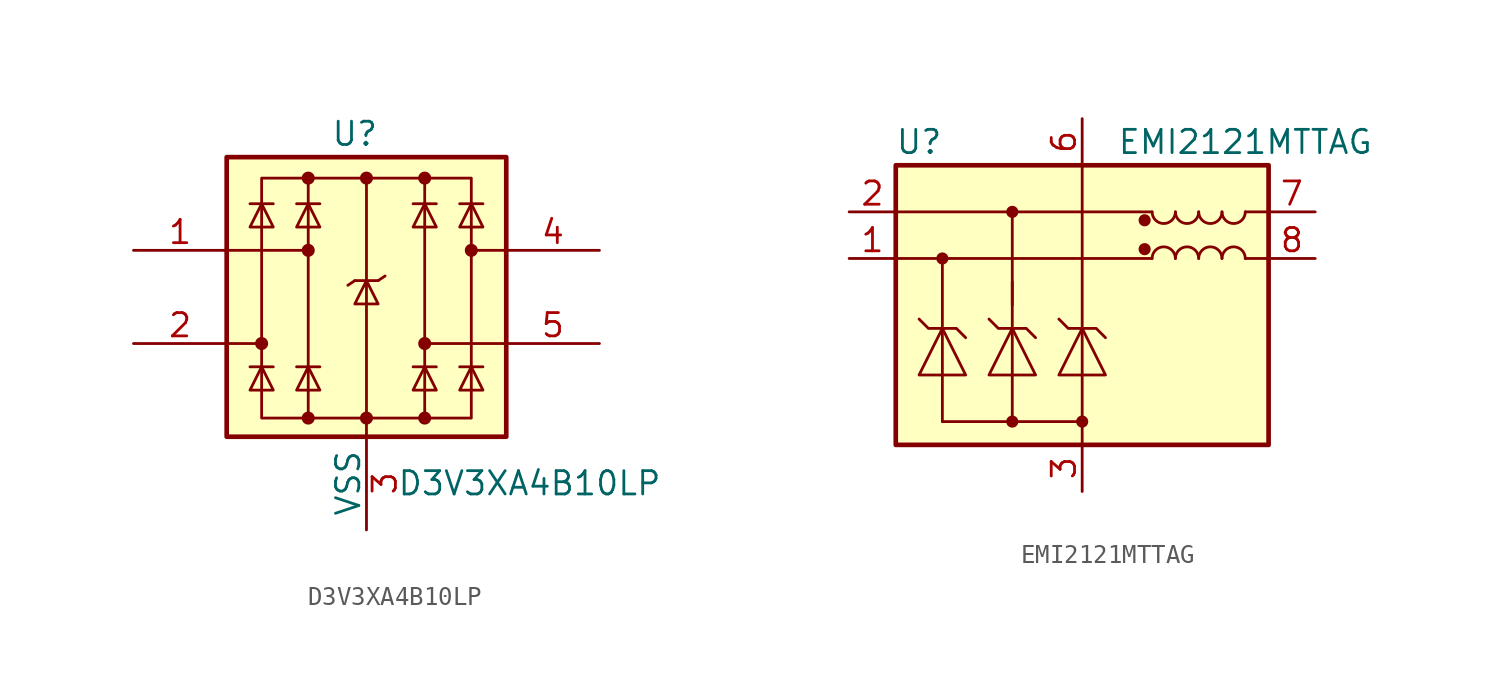
<source format=kicad_sym>
(kicad_symbol_lib
  (version 20220914)
  (generator kicad_symbol_editor)
  (symbol "D3V3XA4B10LP"
    (pin_names
      (offset 0))
    (property "Reference" "U"
      (at -0.635 8.89 0)
      (effects (font (size 1.27 1.27))))
    (property "Value" "D3V3XA4B10LP"
      (at 8.89 -10.16 0)
      (effects (font (size 1.27 1.27))))
    (symbol "D3V3XA4B10LP_0_0"
      (rectangle (start -5.715 6.477) (end 5.715 -6.604) (stroke (width 0) (type default)) (fill (type none)))
      (polyline (pts (xy -3.175 -6.604) (xy -3.175 6.477)) (stroke (width 0) (type default)) (fill (type none)))
      (polyline (pts (xy 0 6.477) (xy 0 -6.604)) (stroke (width 0) (type default)) (fill (type none)))
      (polyline (pts (xy 3.175 6.477) (xy 3.175 -6.604)) (stroke (width 0) (type default)) (fill (type none))))
    (symbol "D3V3XA4B10LP_0_1"
      (rectangle (start -7.62 7.62) (end 7.62 -7.62) (stroke (width 0.254) (type default)) (fill (type background)))
      (circle (center -5.715 -2.54) (radius 0.279) (stroke (width 0) (type default)) (fill (type outline)))
      (circle (center -3.175 -6.604) (radius 0.279) (stroke (width 0) (type default)) (fill (type outline)))
      (circle (center -3.175 2.54) (radius 0.279) (stroke (width 0) (type default)) (fill (type outline)))
      (circle (center -3.175 6.477) (radius 0.279) (stroke (width 0) (type default)) (fill (type outline)))
      (circle (center 0 -6.604) (radius 0.279) (stroke (width 0) (type default)) (fill (type outline)))
      (polyline (pts (xy -7.747 2.54) (xy -3.175 2.54)) (stroke (width 0) (type default)) (fill (type none)))
      (polyline (pts (xy -7.62 -2.54) (xy -5.715 -2.54)) (stroke (width 0) (type default)) (fill (type none)))
      (polyline (pts (xy -5.08 -3.81) (xy -6.35 -3.81)) (stroke (width 0) (type default)) (fill (type none)))
      (polyline (pts (xy -5.08 5.08) (xy -6.35 5.08)) (stroke (width 0) (type default)) (fill (type none)))
      (polyline (pts (xy -2.54 -3.81) (xy -3.81 -3.81)) (stroke (width 0) (type default)) (fill (type none)))
      (polyline (pts (xy -2.54 5.08) (xy -3.81 5.08)) (stroke (width 0) (type default)) (fill (type none)))
      (polyline (pts (xy -0.635 0.889) (xy -1.016 0.635)) (stroke (width 0) (type default)) (fill (type none)))
      (polyline (pts (xy 0 -6.604) (xy 0 -7.62)) (stroke (width 0) (type default)) (fill (type none)))
      (polyline (pts (xy 0.635 0.889) (xy -0.635 0.889)) (stroke (width 0) (type default)) (fill (type none)))
      (polyline (pts (xy 0.635 0.889) (xy 1.016 1.143)) (stroke (width 0) (type default)) (fill (type none)))
      (polyline (pts (xy 3.81 -3.81) (xy 2.54 -3.81)) (stroke (width 0) (type default)) (fill (type none)))
      (polyline (pts (xy 3.81 5.08) (xy 2.54 5.08)) (stroke (width 0) (type default)) (fill (type none)))
      (polyline (pts (xy 6.35 -3.81) (xy 5.08 -3.81)) (stroke (width 0) (type default)) (fill (type none)))
      (polyline (pts (xy 6.35 5.08) (xy 5.08 5.08)) (stroke (width 0) (type default)) (fill (type none)))
      (polyline (pts (xy 7.62 -2.54) (xy 3.175 -2.54)) (stroke (width 0) (type default)) (fill (type none)))
      (polyline (pts (xy 7.62 2.54) (xy 5.715 2.54)) (stroke (width 0) (type default)) (fill (type none)))
      (polyline (pts (xy -5.08 -5.08) (xy -6.35 -5.08) (xy -5.715 -3.81) (xy -5.08 -5.08)) (stroke (width 0) (type default)) (fill (type none)))
      (polyline (pts (xy -5.08 3.81) (xy -6.35 3.81) (xy -5.715 5.08) (xy -5.08 3.81)) (stroke (width 0) (type default)) (fill (type none)))
      (polyline (pts (xy -2.54 -5.08) (xy -3.81 -5.08) (xy -3.175 -3.81) (xy -2.54 -5.08)) (stroke (width 0) (type default)) (fill (type none)))
      (polyline (pts (xy -2.54 3.81) (xy -3.81 3.81) (xy -3.175 5.08) (xy -2.54 3.81)) (stroke (width 0) (type default)) (fill (type none)))
      (polyline (pts (xy 0.635 -0.381) (xy -0.635 -0.381) (xy 0 0.889) (xy 0.635 -0.381)) (stroke (width 0) (type default)) (fill (type none)))
      (polyline (pts (xy 3.81 -5.08) (xy 2.54 -5.08) (xy 3.175 -3.81) (xy 3.81 -5.08)) (stroke (width 0) (type default)) (fill (type none)))
      (polyline (pts (xy 3.81 3.81) (xy 2.54 3.81) (xy 3.175 5.08) (xy 3.81 3.81)) (stroke (width 0) (type default)) (fill (type none)))
      (polyline (pts (xy 6.35 -5.08) (xy 5.08 -5.08) (xy 5.715 -3.81) (xy 6.35 -5.08)) (stroke (width 0) (type default)) (fill (type none)))
      (polyline (pts (xy 6.35 3.81) (xy 5.08 3.81) (xy 5.715 5.08) (xy 6.35 3.81)) (stroke (width 0) (type default)) (fill (type none)))
      (circle (center 0 6.477) (radius 0.279) (stroke (width 0) (type default)) (fill (type outline)))
      (circle (center 3.175 -6.604) (radius 0.279) (stroke (width 0) (type default)) (fill (type outline)))
      (circle (center 3.175 -2.54) (radius 0.279) (stroke (width 0) (type default)) (fill (type outline)))
      (circle (center 3.175 6.477) (radius 0.279) (stroke (width 0) (type default)) (fill (type outline)))
      (circle (center 5.715 2.54) (radius 0.279) (stroke (width 0) (type default)) (fill (type outline))))
    (symbol "D3V3XA4B10LP_1_1"
      (pin passive line (at -12.7 2.54 0) (length 5.08) (name "~" (effects (font (size 1.27 1.27)))) (number "1" (effects (font (size 1.27 1.27)))))
      (pin no_connect line (at -5.08 7.62 0) (length 5.08) hide (name "NC" (effects (font (size 1.27 1.27)))) (number "10" (effects (font (size 1.27 1.27)))))
      (pin passive line (at -12.7 -2.54 0) (length 5.08) (name "~" (effects (font (size 1.27 1.27)))) (number "2" (effects (font (size 1.27 1.27)))))
      (pin power_in line (at 0 -12.7 90) (length 5.08) (name "VSS" (effects (font (size 1.27 1.27)))) (number "3" (effects (font (size 1.27 1.27)))))
      (pin passive line (at 12.7 2.54 180) (length 5.08) (name "~" (effects (font (size 1.27 1.27)))) (number "4" (effects (font (size 1.27 1.27)))))
      (pin passive line (at 12.7 -2.54 180) (length 5.08) (name "~" (effects (font (size 1.27 1.27)))) (number "5" (effects (font (size 1.27 1.27)))))
      (pin no_connect line (at 5.08 -7.62 180) (length 5.08) hide (name "NC" (effects (font (size 1.27 1.27)))) (number "6" (effects (font (size 1.27 1.27)))))
      (pin no_connect line (at 5.08 7.62 180) (length 5.08) hide (name "NC" (effects (font (size 1.27 1.27)))) (number "7" (effects (font (size 1.27 1.27)))))
      (pin passive line (at 0 -12.7 90) (length 5.08) hide (name "VSS" (effects (font (size 1.27 1.27)))) (number "8" (effects (font (size 1.27 1.27)))))
      (pin no_connect line (at -5.08 -7.62 0) (length 5.08) hide (name "NC" (effects (font (size 1.27 1.27)))) (number "9" (effects (font (size 1.27 1.27)))))))
  (symbol "EMI2121MTTAG"
    (pin_names
      (offset 0.025) hide)
    (property "Reference" "U"
      (at -8.89 8.89 0)
      (effects (font (size 1.27 1.27))))
    (property "Value" "EMI2121MTTAG"
      (at 8.89 8.89 0)
      (effects (font (size 1.27 1.27))))
    (symbol "EMI2121MTTAG_0_1"
      (rectangle (start -10.16 7.62) (end 10.16 -7.62) (stroke (width 0.254) (type default)) (fill (type background)))
      (polyline (pts (xy -10.16 2.54) (xy 3.81 2.54)) (stroke (width 0) (type default)) (fill (type none)))
      (polyline (pts (xy -10.16 5.08) (xy 3.81 5.08)) (stroke (width 0) (type default)) (fill (type none)))
      (polyline (pts (xy -7.62 -6.35) (xy 0 -6.35)) (stroke (width 0) (type default)) (fill (type none)))
      (polyline (pts (xy -3.81 0) (xy -3.81 5.08)) (stroke (width 0) (type default)) (fill (type none)))
      (polyline (pts (xy 0 -6.35) (xy 0 -7.62)) (stroke (width 0) (type default)) (fill (type none)))
      (polyline (pts (xy 8.89 2.54) (xy 10.16 2.54)) (stroke (width 0) (type default)) (fill (type none)))
      (polyline (pts (xy 8.89 5.08) (xy 10.16 5.08)) (stroke (width 0) (type default)) (fill (type none)))
      (polyline (pts (xy 0 7.62) (xy 0 1.27) (xy 0 -1.27)) (stroke (width 0) (type default)) (fill (type none)))
      (arc (start 3.81 5.08) (mid 4.445 4.4477) (end 5.08 5.08) (stroke (width 0) (type default)) (fill (type none)))
      (arc (start 5.08 5.08) (mid 5.715 4.4477) (end 6.35 5.08) (stroke (width 0) (type default)) (fill (type none)))
      (arc (start 6.35 5.08) (mid 6.985 4.4477) (end 7.62 5.08) (stroke (width 0) (type default)) (fill (type none)))
      (arc (start 7.62 5.08) (mid 8.255 4.4477) (end 8.89 5.08) (stroke (width 0) (type default)) (fill (type none))))
    (symbol "EMI2121MTTAG_1_1"
      (circle (center -7.62 2.54) (radius 0.254) (stroke (width 0) (type default)) (fill (type outline)))
      (circle (center -3.81 -6.35) (radius 0.254) (stroke (width 0) (type default)) (fill (type outline)))
      (circle (center -3.81 5.08) (radius 0.254) (stroke (width 0) (type default)) (fill (type outline)))
      (circle (center 0 -6.35) (radius 0.254) (stroke (width 0) (type default)) (fill (type outline)))
      (polyline (pts (xy -7.62 -6.35) (xy -7.62 -1.27)) (stroke (width 0) (type default)) (fill (type none)))
      (polyline (pts (xy -7.62 -1.27) (xy -7.62 2.54)) (stroke (width 0) (type default)) (fill (type none)))
      (polyline (pts (xy -3.81 -6.35) (xy -3.81 -1.27)) (stroke (width 0) (type default)) (fill (type none)))
      (polyline (pts (xy -3.81 -1.27) (xy -3.81 1.27)) (stroke (width 0) (type default)) (fill (type none)))
      (polyline (pts (xy 0 -6.35) (xy 0 -1.27)) (stroke (width 0) (type default)) (fill (type none)))
      (polyline (pts (xy -8.89 -3.81) (xy -6.35 -3.81) (xy -7.62 -1.27) (xy -8.89 -3.81)) (stroke (width 0) (type default)) (fill (type none)))
      (polyline (pts (xy -6.35 -1.778) (xy -6.858 -1.27) (xy -8.382 -1.27) (xy -8.89 -0.762)) (stroke (width 0) (type default)) (fill (type none)))
      (polyline (pts (xy -5.08 -3.81) (xy -2.54 -3.81) (xy -3.81 -1.27) (xy -5.08 -3.81)) (stroke (width 0) (type default)) (fill (type none)))
      (polyline (pts (xy -2.54 -1.778) (xy -3.048 -1.27) (xy -4.572 -1.27) (xy -5.08 -0.762)) (stroke (width 0) (type default)) (fill (type none)))
      (polyline (pts (xy -1.27 -3.81) (xy 1.27 -3.81) (xy 0 -1.27) (xy -1.27 -3.81)) (stroke (width 0) (type default)) (fill (type none)))
      (polyline (pts (xy 1.27 -1.778) (xy 0.762 -1.27) (xy -0.762 -1.27) (xy -1.27 -0.762)) (stroke (width 0) (type default)) (fill (type none)))
      (circle (center 3.404 3.048) (radius 0.254) (stroke (width 0) (type default)) (fill (type outline)))
      (circle (center 3.404 4.623) (radius 0.254) (stroke (width 0) (type default)) (fill (type outline)))
      (arc (start 5.08 2.54) (mid 4.445 3.1723) (end 3.81 2.54) (stroke (width 0) (type default)) (fill (type none)))
      (arc (start 6.35 2.54) (mid 5.715 3.1723) (end 5.08 2.54) (stroke (width 0) (type default)) (fill (type none)))
      (arc (start 7.62 2.54) (mid 6.985 3.1723) (end 6.35 2.54) (stroke (width 0) (type default)) (fill (type none)))
      (arc (start 8.89 2.54) (mid 8.255 3.1723) (end 7.62 2.54) (stroke (width 0) (type default)) (fill (type none)))
      (pin passive line (at -12.7 2.54 0) (length 2.54) (name "In_1+" (effects (font (size 1.27 1.27)))) (number "1" (effects (font (size 1.27 1.27)))))
      (pin passive line (at -12.7 5.08 0) (length 2.54) (name "In_1-" (effects (font (size 1.27 1.27)))) (number "2" (effects (font (size 1.27 1.27)))))
      (pin power_in line (at 0 -10.16 90) (length 2.54) (name "GND" (effects (font (size 1.27 1.27)))) (number "3" (effects (font (size 1.27 1.27)))))
      (pin passive line (at 0 -10.16 90) (length 2.54) hide (name "GND" (effects (font (size 1.27 1.27)))) (number "4" (effects (font (size 1.27 1.27)))))
      (pin passive line (at 0 -10.16 90) (length 2.54) hide (name "GND" (effects (font (size 1.27 1.27)))) (number "5" (effects (font (size 1.27 1.27)))))
      (pin power_in line (at 0 10.16 270) (length 2.54) (name "VDD" (effects (font (size 1.27 1.27)))) (number "6" (effects (font (size 1.27 1.27)))))
      (pin passive line (at 12.7 5.08 180) (length 2.54) (name "Out_1-" (effects (font (size 1.27 1.27)))) (number "7" (effects (font (size 1.27 1.27)))))
      (pin passive line (at 12.7 2.54 180) (length 2.54) (name "Out_1+" (effects (font (size 1.27 1.27)))) (number "8" (effects (font (size 1.27 1.27)))))
      (pin passive line (at 0 -10.16 90) (length 2.54) hide (name "GND" (effects (font (size 1.27 1.27)))) (number "9" (effects (font (size 1.27 1.27))))))))
</source>
